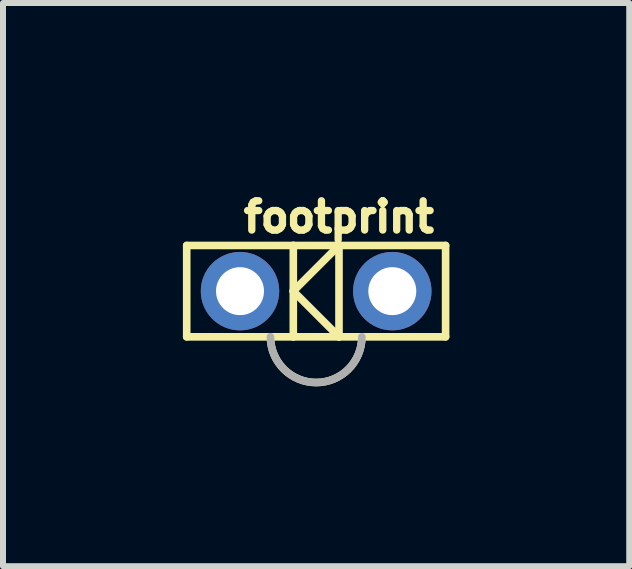
<source format=kicad_pcb>
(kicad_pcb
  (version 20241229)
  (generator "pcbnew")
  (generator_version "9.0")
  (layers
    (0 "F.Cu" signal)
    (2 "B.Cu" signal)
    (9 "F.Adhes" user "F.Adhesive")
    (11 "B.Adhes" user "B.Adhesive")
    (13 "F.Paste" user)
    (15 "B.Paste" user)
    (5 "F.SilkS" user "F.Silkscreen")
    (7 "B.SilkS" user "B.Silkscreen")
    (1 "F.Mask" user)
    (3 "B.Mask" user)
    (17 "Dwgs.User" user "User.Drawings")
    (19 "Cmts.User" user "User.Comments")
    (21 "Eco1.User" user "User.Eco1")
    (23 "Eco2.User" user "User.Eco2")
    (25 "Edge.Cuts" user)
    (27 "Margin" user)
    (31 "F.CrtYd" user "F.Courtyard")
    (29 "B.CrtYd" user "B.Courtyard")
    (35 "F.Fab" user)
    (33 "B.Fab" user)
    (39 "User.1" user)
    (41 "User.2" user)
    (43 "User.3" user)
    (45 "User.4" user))
  (footprint "footprint"
    (layer "F.Cu")
    (at 2.223 1.806)
    (property "Reference" "footprint" (at -1.27 -0.953 0) (layer "F.SilkS") (effects (font (size 0.488 0.488) (thickness 0.122)) (justify left bottom)))
    (fp_line (start -2.159 -0.762) (end -0.381 -0.762) (stroke (width 0.127) (type solid)) (layer "F.SilkS"))
    (fp_line (start -2.159 0.762) (end -2.159 -0.762) (stroke (width 0.127) (type solid)) (layer "F.SilkS"))
    (fp_line (start -0.762 0.762) (end -2.159 0.762) (stroke (width 0.127) (type solid)) (layer "F.SilkS"))
    (fp_line (start -0.381 -0.762) (end 0.381 -0.762) (stroke (width 0.127) (type solid)) (layer "F.SilkS"))
    (fp_line (start -0.381 0) (end -0.381 -0.762) (stroke (width 0.127) (type solid)) (layer "F.SilkS"))
    (fp_line (start -0.381 0) (end -0.381 0.762) (stroke (width 0.127) (type solid)) (layer "F.SilkS"))
    (fp_line (start -0.381 0) (end 0.381 -0.762) (stroke (width 0.127) (type solid)) (layer "F.SilkS"))
    (fp_line (start -0.381 0.762) (end -0.762 0.762) (stroke (width 0.127) (type solid)) (layer "F.SilkS"))
    (fp_line (start 0.381 -0.762) (end 0.381 0.762) (stroke (width 0.127) (type solid)) (layer "F.SilkS"))
    (fp_line (start 0.381 -0.762) (end 2.159 -0.762) (stroke (width 0.127) (type solid)) (layer "F.SilkS"))
    (fp_line (start 0.381 0.762) (end -0.381 0) (stroke (width 0.127) (type solid)) (layer "F.SilkS"))
    (fp_line (start 0.381 0.762) (end -0.381 0.762) (stroke (width 0.127) (type solid)) (layer "F.SilkS"))
    (fp_line (start 0.762 0.762) (end 0.381 0.762) (stroke (width 0.127) (type solid)) (layer "F.SilkS"))
    (fp_line (start 2.159 -0.762) (end 2.159 0.762) (stroke (width 0.127) (type solid)) (layer "F.SilkS"))
    (fp_line (start 2.159 0.762) (end 0.762 0.762) (stroke (width 0.127) (type solid)) (layer "F.SilkS"))
    (fp_arc (start 0.762 0.762) (mid 0 1.524) (end -0.762 0.762) (stroke (width 0.127) (type solid)) (layer "F.SilkS"))
    (fp_arc (start 0.762 0.762) (mid 0 1.524) (end -0.762 0.762) (stroke (width 0.127) (type solid)) (layer "F.Fab"))
    (pad "A" thru_hole circle (at 1.27 0) (size 1.308 1.308) (drill 0.8) (layers "*.Cu" "*.Mask"))
    (pad "C" thru_hole circle (at -1.27 0) (size 1.308 1.308) (drill 0.8) (layers "*.Cu" "*.Mask")))
  (gr_rect
    (start -3 -3)
    (end 7.445 6.393)
    (stroke (width 0.1) (type default))
    (fill no)
    (layer "Edge.Cuts")))
</source>
